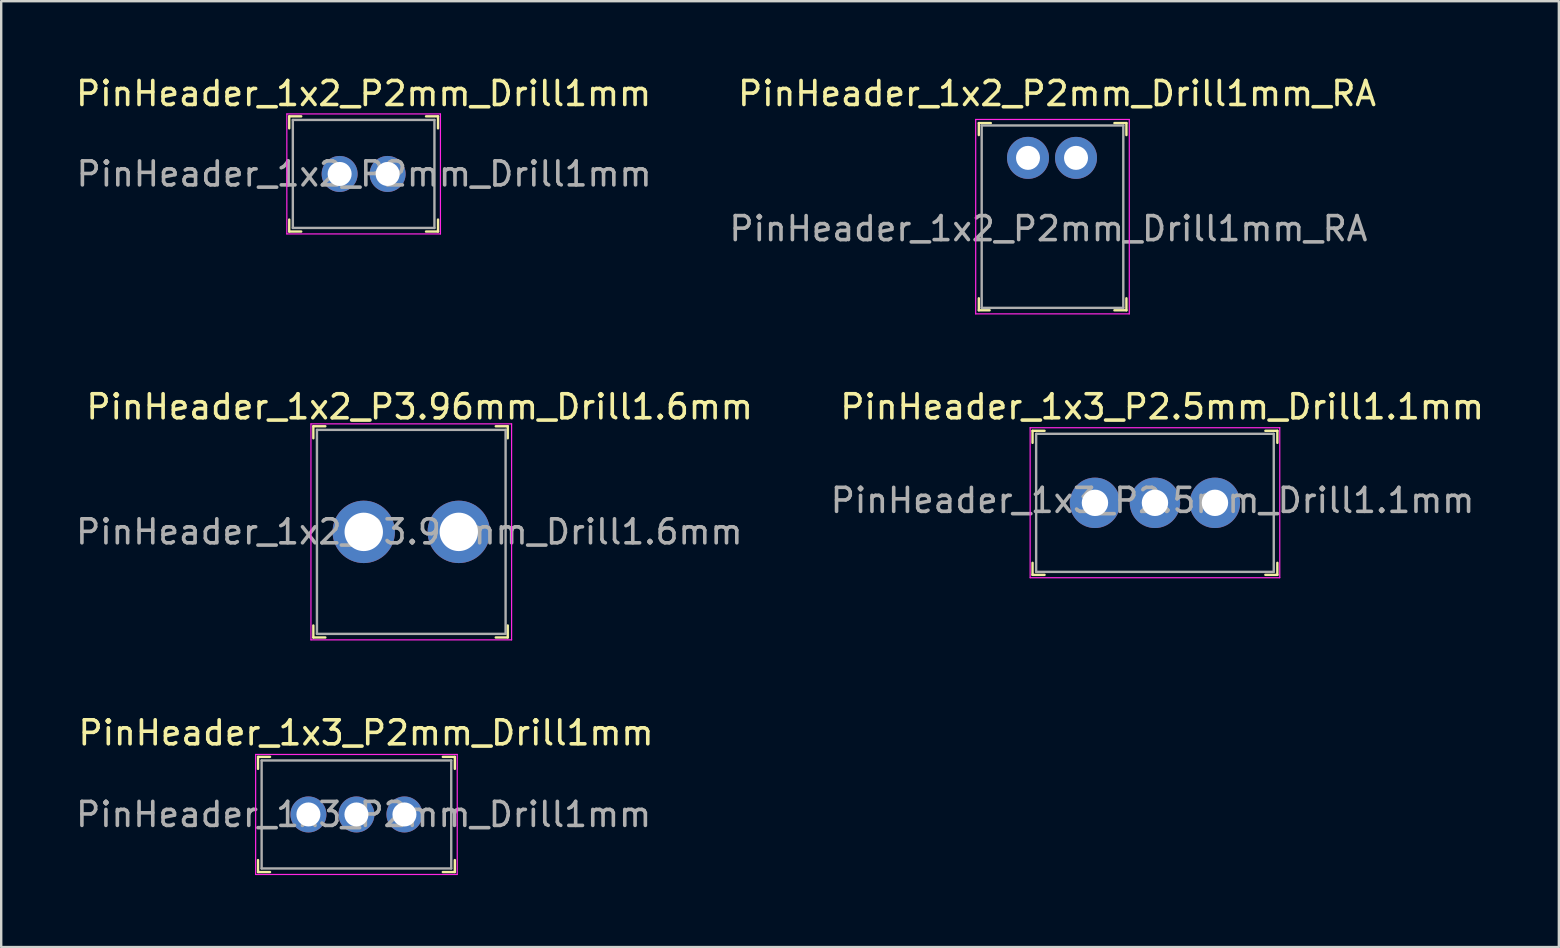
<source format=kicad_pcb>
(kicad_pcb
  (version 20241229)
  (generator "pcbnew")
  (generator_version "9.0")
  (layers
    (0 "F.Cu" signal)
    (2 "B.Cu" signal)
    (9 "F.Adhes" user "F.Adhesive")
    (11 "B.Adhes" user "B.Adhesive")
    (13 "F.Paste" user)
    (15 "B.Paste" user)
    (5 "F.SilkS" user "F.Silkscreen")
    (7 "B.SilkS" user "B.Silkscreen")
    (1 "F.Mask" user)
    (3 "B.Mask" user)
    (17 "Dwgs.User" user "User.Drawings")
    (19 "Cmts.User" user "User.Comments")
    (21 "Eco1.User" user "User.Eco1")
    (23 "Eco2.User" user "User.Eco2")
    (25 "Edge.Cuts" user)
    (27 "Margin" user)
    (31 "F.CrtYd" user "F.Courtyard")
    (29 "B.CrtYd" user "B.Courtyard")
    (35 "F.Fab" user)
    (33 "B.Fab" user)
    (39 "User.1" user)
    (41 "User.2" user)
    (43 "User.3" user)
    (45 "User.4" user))
  (footprint "PinHeader_1x3_P2mm_Drill1mm"
    (layer "F.Cu")
    (at 9.801 30.885)
    (property "Reference" "PinHeader_1x3_P2mm_Drill1mm" (at 2.4 -3.4 0) (layer "F.SilkS") (effects (font (size 1 1) (thickness 0.15))))
    (attr through_hole)
    (fp_line (start -2.1 -2.4) (end -2.1 -1.9) (stroke (width 0.1) (type solid)) (layer "F.SilkS"))
    (fp_line (start -2.1 -2.4) (end -1.6 -2.4) (stroke (width 0.1) (type solid)) (layer "F.SilkS"))
    (fp_line (start -2.1 2.4) (end -2.1 1.9) (stroke (width 0.1) (type solid)) (layer "F.SilkS"))
    (fp_line (start -2.1 2.4) (end -1.6 2.4) (stroke (width 0.1) (type solid)) (layer "F.SilkS"))
    (fp_line (start 6.1 -2.4) (end 5.6 -2.4) (stroke (width 0.1) (type solid)) (layer "F.SilkS"))
    (fp_line (start 6.1 -2.4) (end 6.1 -1.9) (stroke (width 0.1) (type solid)) (layer "F.SilkS"))
    (fp_line (start 6.1 2.4) (end 5.6 2.4) (stroke (width 0.1) (type solid)) (layer "F.SilkS"))
    (fp_line (start 6.1 2.4) (end 6.1 1.9) (stroke (width 0.1) (type solid)) (layer "F.SilkS"))
    (fp_line (start -2.2 -2.5) (end -2.2 2.5) (stroke (width 0.05) (type solid)) (layer "F.CrtYd"))
    (fp_line (start 6.2 -2.5) (end -2.2 -2.5) (stroke (width 0.05) (type solid)) (layer "F.CrtYd"))
    (fp_line (start 6.2 -2.5) (end 6.2 2.5) (stroke (width 0.05) (type solid)) (layer "F.CrtYd"))
    (fp_line (start 6.2 2.5) (end -2.2 2.5) (stroke (width 0.05) (type solid)) (layer "F.CrtYd"))
    (fp_line (start -1.95 -2.25) (end -1.95 2.25) (stroke (width 0.1) (type solid)) (layer "F.Fab"))
    (fp_line (start -1.95 -2.25) (end 5.95 -2.25) (stroke (width 0.1) (type solid)) (layer "F.Fab"))
    (fp_line (start -1.95 2.25) (end 5.95 2.25) (stroke (width 0.1) (type solid)) (layer "F.Fab"))
    (fp_line (start 5.95 -2.25) (end 5.95 2.25) (stroke (width 0.1) (type solid)) (layer "F.Fab"))
    (fp_text user "${REFERENCE}" (at 2.3 0 0) (layer "F.Fab") (effects (font (size 1 1) (thickness 0.15))))
    (pad "1" thru_hole circle (at 0 0) (size 1.5 1.5) (drill 1) (layers "*.Cu" "*.Mask"))
    (pad "2" thru_hole circle (at 2 0) (size 1.5 1.5) (drill 1) (layers "*.Cu" "*.Mask"))
    (pad "3" thru_hole circle (at 4 0) (size 1.5 1.5) (drill 1) (layers "*.Cu" "*.Mask")))
  (footprint "PinHeader_1x2_P2mm_Drill1mm_RA"
    (layer "F.Cu")
    (at 39.783 3.528)
    (property "Reference" "PinHeader_1x2_P2mm_Drill1mm_RA" (at 1.21 -2.68 0) (layer "F.SilkS") (effects (font (size 1 1) (thickness 0.15))))
    (attr through_hole)
    (fp_line (start -2.05 -1.45) (end -2.05 -0.95) (stroke (width 0.1) (type solid)) (layer "F.SilkS"))
    (fp_line (start -2.05 -1.45) (end -1.55 -1.45) (stroke (width 0.1) (type solid)) (layer "F.SilkS"))
    (fp_line (start -2.05 6.35) (end -2.05 5.85) (stroke (width 0.1) (type solid)) (layer "F.SilkS"))
    (fp_line (start -2.05 6.35) (end -1.6 6.35) (stroke (width 0.1) (type solid)) (layer "F.SilkS"))
    (fp_line (start 4.1 -1.45) (end 3.6 -1.45) (stroke (width 0.1) (type solid)) (layer "F.SilkS"))
    (fp_line (start 4.1 -1.45) (end 4.1 -0.95) (stroke (width 0.1) (type solid)) (layer "F.SilkS"))
    (fp_line (start 4.1 6.35) (end 3.6 6.35) (stroke (width 0.1) (type solid)) (layer "F.SilkS"))
    (fp_line (start 4.1 6.35) (end 4.1 5.85) (stroke (width 0.1) (type solid)) (layer "F.SilkS"))
    (fp_line (start -2.18 -1.6) (end -2.18 6.5) (stroke (width 0.05) (type solid)) (layer "F.CrtYd"))
    (fp_line (start 4.22 -1.6) (end -2.18 -1.6) (stroke (width 0.05) (type solid)) (layer "F.CrtYd"))
    (fp_line (start 4.22 -1.6) (end 4.22 6.5) (stroke (width 0.05) (type solid)) (layer "F.CrtYd"))
    (fp_line (start 4.22 6.5) (end -2.18 6.5) (stroke (width 0.05) (type solid)) (layer "F.CrtYd"))
    (fp_line (start -1.93 -1.35) (end 3.97 -1.35) (stroke (width 0.1) (type solid)) (layer "F.Fab"))
    (fp_line (start -1.93 6.25) (end -1.93 -1.35) (stroke (width 0.1) (type solid)) (layer "F.Fab"))
    (fp_line (start -1.93 6.25) (end 3.97 6.25) (stroke (width 0.1) (type solid)) (layer "F.Fab"))
    (fp_line (start 3.97 6.25) (end 3.97 -1.35) (stroke (width 0.1) (type solid)) (layer "F.Fab"))
    (fp_text user "${REFERENCE}" (at 0.85 2.95 0) (layer "F.Fab") (effects (font (size 1 1) (thickness 0.15))))
    (pad "1" thru_hole circle (at 0 0) (size 1.75 1.75) (drill 1) (layers "*.Cu" "*.Mask"))
    (pad "2" thru_hole circle (at 2 0) (size 1.75 1.75) (drill 1) (layers "*.Cu" "*.Mask")))
  (footprint "PinHeader_1x3_P2.5mm_Drill1.1mm"
    (layer "F.Cu")
    (at 42.572 17.901)
    (property "Reference" "PinHeader_1x3_P2.5mm_Drill1.1mm" (at 2.8 -4 0) (layer "F.SilkS") (effects (font (size 1 1) (thickness 0.15))))
    (attr through_hole)
    (fp_line (start -2.6 -3) (end -2.6 -2.5) (stroke (width 0.1) (type solid)) (layer "F.SilkS"))
    (fp_line (start -2.6 -3) (end -2.1 -3) (stroke (width 0.1) (type solid)) (layer "F.SilkS"))
    (fp_line (start -2.6 3) (end -2.6 2.5) (stroke (width 0.1) (type solid)) (layer "F.SilkS"))
    (fp_line (start -2.6 3) (end -2.1 3) (stroke (width 0.1) (type solid)) (layer "F.SilkS"))
    (fp_line (start 7.6 -3) (end 7.1 -3) (stroke (width 0.1) (type solid)) (layer "F.SilkS"))
    (fp_line (start 7.6 -3) (end 7.6 -2.5) (stroke (width 0.1) (type solid)) (layer "F.SilkS"))
    (fp_line (start 7.6 3) (end 7.1 3) (stroke (width 0.1) (type solid)) (layer "F.SilkS"))
    (fp_line (start 7.6 3) (end 7.6 2.5) (stroke (width 0.1) (type solid)) (layer "F.SilkS"))
    (fp_line (start -2.7 -3.13) (end -2.7 3.12) (stroke (width 0.05) (type solid)) (layer "F.CrtYd"))
    (fp_line (start 7.7 -3.13) (end -2.7 -3.13) (stroke (width 0.05) (type solid)) (layer "F.CrtYd"))
    (fp_line (start 7.7 -3.13) (end 7.7 3.12) (stroke (width 0.05) (type solid)) (layer "F.CrtYd"))
    (fp_line (start 7.7 3.12) (end -2.7 3.12) (stroke (width 0.05) (type solid)) (layer "F.CrtYd"))
    (fp_line (start -2.45 -2.875) (end -2.45 2.875) (stroke (width 0.1) (type solid)) (layer "F.Fab"))
    (fp_line (start -2.45 -2.875) (end 7.45 -2.875) (stroke (width 0.1) (type solid)) (layer "F.Fab"))
    (fp_line (start -2.45 2.875) (end 7.45 2.875) (stroke (width 0.1) (type solid)) (layer "F.Fab"))
    (fp_line (start 7.45 -2.875) (end 7.45 2.875) (stroke (width 0.1) (type solid)) (layer "F.Fab"))
    (fp_text user "${REFERENCE}" (at 2.4 -0.1 0) (layer "F.Fab") (effects (font (size 1 1) (thickness 0.15))))
    (pad "1" thru_hole circle (at 0 0) (size 2.1 2.1) (drill 1.1) (layers "*.Cu" "*.Mask"))
    (pad "2" thru_hole circle (at 2.5 0) (size 2.1 2.1) (drill 1.1) (layers "*.Cu" "*.Mask"))
    (pad "3" thru_hole circle (at 5 0) (size 2.1 2.1) (drill 1.1) (layers "*.Cu" "*.Mask")))
  (footprint "PinHeader_1x2_P3.96mm_Drill1.6mm"
    (layer "F.Cu")
    (at 12.106 19.111)
    (property "Reference" "PinHeader_1x2_P3.96mm_Drill1.6mm" (at 2.33 -5.21 0) (layer "F.SilkS") (effects (font (size 1 1) (thickness 0.15))))
    (attr through_hole)
    (fp_line (start -2.1 -4.4) (end -2.1 -3.9) (stroke (width 0.1) (type solid)) (layer "F.SilkS"))
    (fp_line (start -2.1 -4.4) (end -1.6 -4.4) (stroke (width 0.1) (type solid)) (layer "F.SilkS"))
    (fp_line (start -2.1 4.4) (end -2.1 3.9) (stroke (width 0.1) (type solid)) (layer "F.SilkS"))
    (fp_line (start -2.1 4.4) (end -1.6 4.4) (stroke (width 0.1) (type solid)) (layer "F.SilkS"))
    (fp_line (start 6 -4.4) (end 5.5 -4.4) (stroke (width 0.1) (type solid)) (layer "F.SilkS"))
    (fp_line (start 6 -4.4) (end 6 -3.9) (stroke (width 0.1) (type solid)) (layer "F.SilkS"))
    (fp_line (start 6 4.4) (end 5.5 4.4) (stroke (width 0.1) (type solid)) (layer "F.SilkS"))
    (fp_line (start 6 4.4) (end 6 3.9) (stroke (width 0.1) (type solid)) (layer "F.SilkS"))
    (fp_line (start -2.2 -4.5) (end -2.2 4.5) (stroke (width 0.05) (type solid)) (layer "F.CrtYd"))
    (fp_line (start 6.16 -4.5) (end -2.2 -4.5) (stroke (width 0.05) (type solid)) (layer "F.CrtYd"))
    (fp_line (start 6.16 -4.5) (end 6.16 4.5) (stroke (width 0.05) (type solid)) (layer "F.CrtYd"))
    (fp_line (start 6.16 4.5) (end -2.2 4.5) (stroke (width 0.05) (type solid)) (layer "F.CrtYd"))
    (fp_line (start -1.95 -4.25) (end 5.91 -4.25) (stroke (width 0.1) (type solid)) (layer "F.Fab"))
    (fp_line (start -1.95 4.25) (end -1.95 -4.25) (stroke (width 0.1) (type solid)) (layer "F.Fab"))
    (fp_line (start -1.95 4.25) (end 5.91 4.25) (stroke (width 0.1) (type solid)) (layer "F.Fab"))
    (fp_line (start 5.91 4.25) (end 5.91 -4.25) (stroke (width 0.1) (type solid)) (layer "F.Fab"))
    (fp_text user "${REFERENCE}" (at 1.9 0 0) (layer "F.Fab") (effects (font (size 1 1) (thickness 0.15))))
    (pad "1" thru_hole circle (at 0 0) (size 2.6 2.6) (drill 1.6) (layers "*.Cu" "*.Mask"))
    (pad "2" thru_hole circle (at 3.96 0) (size 2.6 2.6) (drill 1.6) (layers "*.Cu" "*.Mask")))
  (footprint "PinHeader_1x2_P2mm_Drill1mm"
    (layer "F.Cu")
    (at 11.101 4.198)
    (property "Reference" "PinHeader_1x2_P2mm_Drill1mm" (at 1 -3.35 0) (layer "F.SilkS") (effects (font (size 1 1) (thickness 0.15))))
    (attr through_hole)
    (fp_line (start -2.1 -2.4) (end -2.1 -1.9) (stroke (width 0.1) (type solid)) (layer "F.SilkS"))
    (fp_line (start -2.1 -2.4) (end -1.6 -2.4) (stroke (width 0.1) (type solid)) (layer "F.SilkS"))
    (fp_line (start -2.1 2.4) (end -2.1 1.9) (stroke (width 0.1) (type solid)) (layer "F.SilkS"))
    (fp_line (start -2.1 2.4) (end -1.6 2.4) (stroke (width 0.1) (type solid)) (layer "F.SilkS"))
    (fp_line (start 4.1 -2.4) (end 3.6 -2.4) (stroke (width 0.1) (type solid)) (layer "F.SilkS"))
    (fp_line (start 4.1 -2.4) (end 4.1 -1.9) (stroke (width 0.1) (type solid)) (layer "F.SilkS"))
    (fp_line (start 4.1 2.4) (end 3.6 2.4) (stroke (width 0.1) (type solid)) (layer "F.SilkS"))
    (fp_line (start 4.1 2.4) (end 4.1 1.9) (stroke (width 0.1) (type solid)) (layer "F.SilkS"))
    (fp_line (start -2.2 -2.5) (end -2.2 2.5) (stroke (width 0.05) (type solid)) (layer "F.CrtYd"))
    (fp_line (start 4.2 -2.5) (end -2.2 -2.5) (stroke (width 0.05) (type solid)) (layer "F.CrtYd"))
    (fp_line (start 4.2 -2.5) (end 4.2 2.5) (stroke (width 0.05) (type solid)) (layer "F.CrtYd"))
    (fp_line (start 4.2 2.5) (end -2.2 2.5) (stroke (width 0.05) (type solid)) (layer "F.CrtYd"))
    (fp_line (start -1.95 -2.25) (end -1.95 2.25) (stroke (width 0.1) (type solid)) (layer "F.Fab"))
    (fp_line (start -1.95 -2.25) (end 3.95 -2.25) (stroke (width 0.1) (type solid)) (layer "F.Fab"))
    (fp_line (start -1.95 2.25) (end 3.95 2.25) (stroke (width 0.1) (type solid)) (layer "F.Fab"))
    (fp_line (start 3.95 -2.25) (end 3.95 2.25) (stroke (width 0.1) (type solid)) (layer "F.Fab"))
    (fp_text user "${REFERENCE}" (at 1.02 0 0) (layer "F.Fab") (effects (font (size 1 1) (thickness 0.15))))
    (pad "1" thru_hole circle (at 0 0) (size 1.5 1.5) (drill 1) (layers "*.Cu" "*.Mask"))
    (pad "2" thru_hole circle (at 2 0) (size 1.5 1.5) (drill 1) (layers "*.Cu" "*.Mask")))
  (gr_rect
    (start -3 -3)
    (end 61.901 36.41)
    (stroke (width 0.1) (type default))
    (fill no)
    (layer "Edge.Cuts")))
</source>
